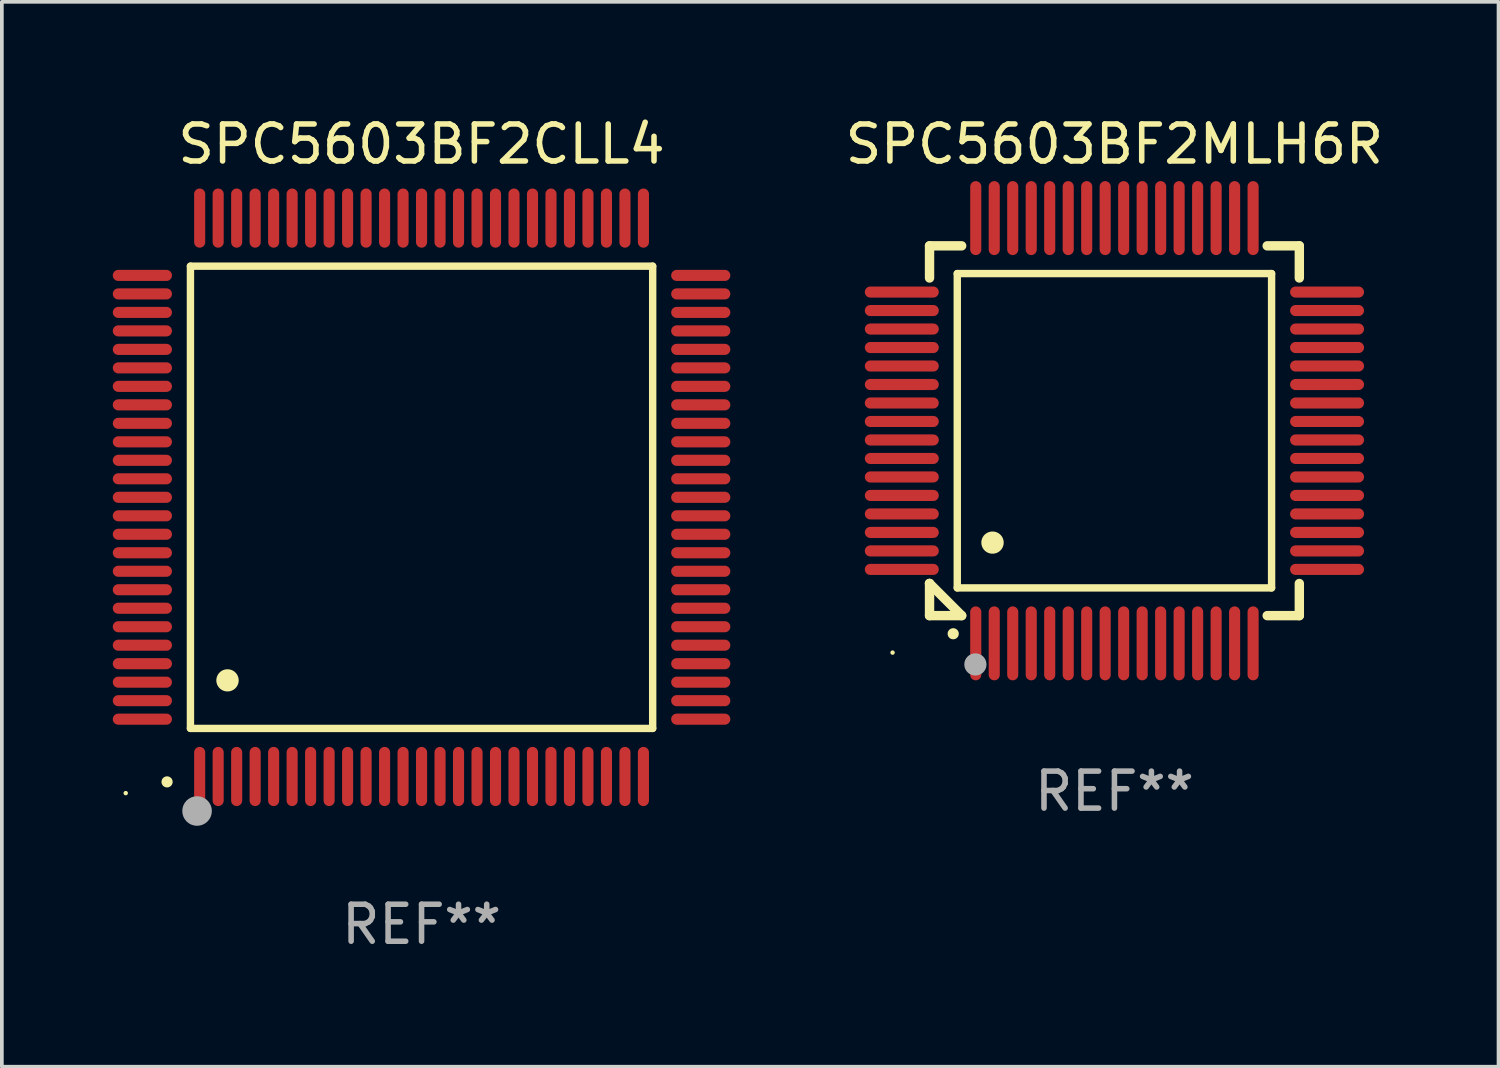
<source format=kicad_pcb>
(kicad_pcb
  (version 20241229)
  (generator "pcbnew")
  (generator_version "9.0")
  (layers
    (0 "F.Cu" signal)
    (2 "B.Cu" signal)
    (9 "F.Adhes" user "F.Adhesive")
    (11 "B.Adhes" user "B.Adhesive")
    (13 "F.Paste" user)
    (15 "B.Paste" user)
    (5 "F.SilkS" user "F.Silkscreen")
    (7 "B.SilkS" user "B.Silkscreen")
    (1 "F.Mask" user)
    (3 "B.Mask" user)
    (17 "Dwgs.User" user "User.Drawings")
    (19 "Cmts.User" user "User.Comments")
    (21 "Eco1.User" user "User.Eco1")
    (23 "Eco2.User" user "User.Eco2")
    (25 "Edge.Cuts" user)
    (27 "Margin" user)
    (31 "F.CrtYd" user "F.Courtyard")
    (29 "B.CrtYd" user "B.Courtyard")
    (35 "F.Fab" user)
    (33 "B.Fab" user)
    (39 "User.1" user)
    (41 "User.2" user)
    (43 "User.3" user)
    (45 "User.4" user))
  (footprint "SPC5603BF2CLL4"
    (layer "F.Cu")
    (at 8.35 10.398)
    (property "Reference" "SPC5603BF2CLL4" (at 0 -9.55 0) (layer "F.SilkS") (effects (font (size 1 1) (thickness 0.15))))
    (attr through_hole)
    (fp_line (start -6.25 -6.25) (end -6.25 6.25) (stroke (width 0.2) (type solid)) (layer "F.SilkS"))
    (fp_line (start -6.25 6.25) (end 6.25 6.25) (stroke (width 0.2) (type solid)) (layer "F.SilkS"))
    (fp_line (start 6.25 -6.25) (end -6.25 -6.25) (stroke (width 0.2) (type solid)) (layer "F.SilkS"))
    (fp_line (start 6.25 6.25) (end 6.25 -6.25) (stroke (width 0.2) (type solid)) (layer "F.SilkS"))
    (fp_arc (start -6.883414 7.696215) (mid -6.882144 7.69621) (end -6.880874 7.696215) (stroke (width 0.3) (type solid)) (layer "F.SilkS"))
    (fp_arc (start -5.250191 4.95047) (mid -5.247651 4.950459) (end -5.245111 4.95047) (stroke (width 0.6) (type solid)) (layer "F.SilkS"))
    (fp_circle (center -8 8) (end -7.97 8) (stroke (width 0.06) (type solid)) (fill no) (layer "F.SilkS"))
    (fp_circle (center -6.071 8.484) (end -5.871 8.484) (stroke (width 0.4) (type solid)) (fill no) (layer "F.Fab"))
    (fp_text user "REF**" (at 0 11.55 0) (layer "F.Fab") (effects (font (size 1 1) (thickness 0.15))))
    (pad "1" smd oval (at -6 7.55) (size 0.3 1.6) (layers "F.Cu" "F.Mask" "F.Paste"))
    (pad "2" smd oval (at -5.5 7.55) (size 0.3 1.6) (layers "F.Cu" "F.Mask" "F.Paste"))
    (pad "3" smd oval (at -5 7.55) (size 0.3 1.6) (layers "F.Cu" "F.Mask" "F.Paste"))
    (pad "4" smd oval (at -4.5 7.55) (size 0.3 1.6) (layers "F.Cu" "F.Mask" "F.Paste"))
    (pad "5" smd oval (at -4 7.55) (size 0.3 1.6) (layers "F.Cu" "F.Mask" "F.Paste"))
    (pad "6" smd oval (at -3.5 7.55) (size 0.3 1.6) (layers "F.Cu" "F.Mask" "F.Paste"))
    (pad "7" smd oval (at -3 7.55) (size 0.3 1.6) (layers "F.Cu" "F.Mask" "F.Paste"))
    (pad "8" smd oval (at -2.5 7.55) (size 0.3 1.6) (layers "F.Cu" "F.Mask" "F.Paste"))
    (pad "9" smd oval (at -2 7.55) (size 0.3 1.6) (layers "F.Cu" "F.Mask" "F.Paste"))
    (pad "10" smd oval (at -1.5 7.55) (size 0.3 1.6) (layers "F.Cu" "F.Mask" "F.Paste"))
    (pad "11" smd oval (at -1 7.55) (size 0.3 1.6) (layers "F.Cu" "F.Mask" "F.Paste"))
    (pad "12" smd oval (at -0.5 7.55) (size 0.3 1.6) (layers "F.Cu" "F.Mask" "F.Paste"))
    (pad "13" smd oval (at 0 7.55) (size 0.3 1.6) (layers "F.Cu" "F.Mask" "F.Paste"))
    (pad "14" smd oval (at 0.5 7.55) (size 0.3 1.6) (layers "F.Cu" "F.Mask" "F.Paste"))
    (pad "15" smd oval (at 1 7.55) (size 0.3 1.6) (layers "F.Cu" "F.Mask" "F.Paste"))
    (pad "16" smd oval (at 1.5 7.55) (size 0.3 1.6) (layers "F.Cu" "F.Mask" "F.Paste"))
    (pad "17" smd oval (at 2 7.55) (size 0.3 1.6) (layers "F.Cu" "F.Mask" "F.Paste"))
    (pad "18" smd oval (at 2.5 7.55) (size 0.3 1.6) (layers "F.Cu" "F.Mask" "F.Paste"))
    (pad "19" smd oval (at 3 7.55) (size 0.3 1.6) (layers "F.Cu" "F.Mask" "F.Paste"))
    (pad "20" smd oval (at 3.5 7.55) (size 0.3 1.6) (layers "F.Cu" "F.Mask" "F.Paste"))
    (pad "21" smd oval (at 4 7.55) (size 0.3 1.6) (layers "F.Cu" "F.Mask" "F.Paste"))
    (pad "22" smd oval (at 4.5 7.55) (size 0.3 1.6) (layers "F.Cu" "F.Mask" "F.Paste"))
    (pad "23" smd oval (at 5 7.55) (size 0.3 1.6) (layers "F.Cu" "F.Mask" "F.Paste"))
    (pad "24" smd oval (at 5.5 7.55) (size 0.3 1.6) (layers "F.Cu" "F.Mask" "F.Paste"))
    (pad "25" smd oval (at 6 7.55) (size 0.3 1.6) (layers "F.Cu" "F.Mask" "F.Paste"))
    (pad "26" smd oval (at 7.55 6) (size 1.6 0.3) (layers "F.Cu" "F.Mask" "F.Paste"))
    (pad "27" smd oval (at 7.55 5.5) (size 1.6 0.3) (layers "F.Cu" "F.Mask" "F.Paste"))
    (pad "28" smd oval (at 7.55 5) (size 1.6 0.3) (layers "F.Cu" "F.Mask" "F.Paste"))
    (pad "29" smd oval (at 7.55 4.5) (size 1.6 0.3) (layers "F.Cu" "F.Mask" "F.Paste"))
    (pad "30" smd oval (at 7.55 4) (size 1.6 0.3) (layers "F.Cu" "F.Mask" "F.Paste"))
    (pad "31" smd oval (at 7.55 3.5) (size 1.6 0.3) (layers "F.Cu" "F.Mask" "F.Paste"))
    (pad "32" smd oval (at 7.55 3) (size 1.6 0.3) (layers "F.Cu" "F.Mask" "F.Paste"))
    (pad "33" smd oval (at 7.55 2.5) (size 1.6 0.3) (layers "F.Cu" "F.Mask" "F.Paste"))
    (pad "34" smd oval (at 7.55 2) (size 1.6 0.3) (layers "F.Cu" "F.Mask" "F.Paste"))
    (pad "35" smd oval (at 7.55 1.5) (size 1.6 0.3) (layers "F.Cu" "F.Mask" "F.Paste"))
    (pad "36" smd oval (at 7.55 1) (size 1.6 0.3) (layers "F.Cu" "F.Mask" "F.Paste"))
    (pad "37" smd oval (at 7.55 0.5) (size 1.6 0.3) (layers "F.Cu" "F.Mask" "F.Paste"))
    (pad "38" smd oval (at 7.55 0) (size 1.6 0.3) (layers "F.Cu" "F.Mask" "F.Paste"))
    (pad "39" smd oval (at 7.55 -0.5) (size 1.6 0.3) (layers "F.Cu" "F.Mask" "F.Paste"))
    (pad "40" smd oval (at 7.55 -1) (size 1.6 0.3) (layers "F.Cu" "F.Mask" "F.Paste"))
    (pad "41" smd oval (at 7.55 -1.5) (size 1.6 0.3) (layers "F.Cu" "F.Mask" "F.Paste"))
    (pad "42" smd oval (at 7.55 -2) (size 1.6 0.3) (layers "F.Cu" "F.Mask" "F.Paste"))
    (pad "43" smd oval (at 7.55 -2.5) (size 1.6 0.3) (layers "F.Cu" "F.Mask" "F.Paste"))
    (pad "44" smd oval (at 7.55 -3) (size 1.6 0.3) (layers "F.Cu" "F.Mask" "F.Paste"))
    (pad "45" smd oval (at 7.55 -3.5) (size 1.6 0.3) (layers "F.Cu" "F.Mask" "F.Paste"))
    (pad "46" smd oval (at 7.55 -4) (size 1.6 0.3) (layers "F.Cu" "F.Mask" "F.Paste"))
    (pad "47" smd oval (at 7.55 -4.5) (size 1.6 0.3) (layers "F.Cu" "F.Mask" "F.Paste"))
    (pad "48" smd oval (at 7.55 -5) (size 1.6 0.3) (layers "F.Cu" "F.Mask" "F.Paste"))
    (pad "49" smd oval (at 7.55 -5.5) (size 1.6 0.3) (layers "F.Cu" "F.Mask" "F.Paste"))
    (pad "50" smd oval (at 7.55 -6) (size 1.6 0.3) (layers "F.Cu" "F.Mask" "F.Paste"))
    (pad "51" smd oval (at 6 -7.55) (size 0.3 1.6) (layers "F.Cu" "F.Mask" "F.Paste"))
    (pad "52" smd oval (at 5.5 -7.55) (size 0.3 1.6) (layers "F.Cu" "F.Mask" "F.Paste"))
    (pad "53" smd oval (at 5 -7.55) (size 0.3 1.6) (layers "F.Cu" "F.Mask" "F.Paste"))
    (pad "54" smd oval (at 4.5 -7.55) (size 0.3 1.6) (layers "F.Cu" "F.Mask" "F.Paste"))
    (pad "55" smd oval (at 4 -7.55) (size 0.3 1.6) (layers "F.Cu" "F.Mask" "F.Paste"))
    (pad "56" smd oval (at 3.5 -7.55) (size 0.3 1.6) (layers "F.Cu" "F.Mask" "F.Paste"))
    (pad "57" smd oval (at 3 -7.55) (size 0.3 1.6) (layers "F.Cu" "F.Mask" "F.Paste"))
    (pad "58" smd oval (at 2.5 -7.55) (size 0.3 1.6) (layers "F.Cu" "F.Mask" "F.Paste"))
    (pad "59" smd oval (at 2 -7.55) (size 0.3 1.6) (layers "F.Cu" "F.Mask" "F.Paste"))
    (pad "60" smd oval (at 1.5 -7.55) (size 0.3 1.6) (layers "F.Cu" "F.Mask" "F.Paste"))
    (pad "61" smd oval (at 1 -7.55) (size 0.3 1.6) (layers "F.Cu" "F.Mask" "F.Paste"))
    (pad "62" smd oval (at 0.5 -7.55) (size 0.3 1.6) (layers "F.Cu" "F.Mask" "F.Paste"))
    (pad "63" smd oval (at 0 -7.55) (size 0.3 1.6) (layers "F.Cu" "F.Mask" "F.Paste"))
    (pad "64" smd oval (at -0.5 -7.55) (size 0.3 1.6) (layers "F.Cu" "F.Mask" "F.Paste"))
    (pad "65" smd oval (at -1 -7.55) (size 0.3 1.6) (layers "F.Cu" "F.Mask" "F.Paste"))
    (pad "66" smd oval (at -1.5 -7.55) (size 0.3 1.6) (layers "F.Cu" "F.Mask" "F.Paste"))
    (pad "67" smd oval (at -2 -7.55) (size 0.3 1.6) (layers "F.Cu" "F.Mask" "F.Paste"))
    (pad "68" smd oval (at -2.5 -7.55) (size 0.3 1.6) (layers "F.Cu" "F.Mask" "F.Paste"))
    (pad "69" smd oval (at -3 -7.55) (size 0.3 1.6) (layers "F.Cu" "F.Mask" "F.Paste"))
    (pad "70" smd oval (at -3.5 -7.55) (size 0.3 1.6) (layers "F.Cu" "F.Mask" "F.Paste"))
    (pad "71" smd oval (at -4 -7.55) (size 0.3 1.6) (layers "F.Cu" "F.Mask" "F.Paste"))
    (pad "72" smd oval (at -4.5 -7.55) (size 0.3 1.6) (layers "F.Cu" "F.Mask" "F.Paste"))
    (pad "73" smd oval (at -5 -7.55) (size 0.3 1.6) (layers "F.Cu" "F.Mask" "F.Paste"))
    (pad "74" smd oval (at -5.5 -7.55) (size 0.3 1.6) (layers "F.Cu" "F.Mask" "F.Paste"))
    (pad "75" smd oval (at -6 -7.55) (size 0.3 1.6) (layers "F.Cu" "F.Mask" "F.Paste"))
    (pad "76" smd oval (at -7.55 -6) (size 1.6 0.3) (layers "F.Cu" "F.Mask" "F.Paste"))
    (pad "77" smd oval (at -7.55 -5.5) (size 1.6 0.3) (layers "F.Cu" "F.Mask" "F.Paste"))
    (pad "78" smd oval (at -7.55 -5) (size 1.6 0.3) (layers "F.Cu" "F.Mask" "F.Paste"))
    (pad "79" smd oval (at -7.55 -4.5) (size 1.6 0.3) (layers "F.Cu" "F.Mask" "F.Paste"))
    (pad "80" smd oval (at -7.55 -4) (size 1.6 0.3) (layers "F.Cu" "F.Mask" "F.Paste"))
    (pad "81" smd oval (at -7.55 -3.5) (size 1.6 0.3) (layers "F.Cu" "F.Mask" "F.Paste"))
    (pad "82" smd oval (at -7.55 -3) (size 1.6 0.3) (layers "F.Cu" "F.Mask" "F.Paste"))
    (pad "83" smd oval (at -7.55 -2.5) (size 1.6 0.3) (layers "F.Cu" "F.Mask" "F.Paste"))
    (pad "84" smd oval (at -7.55 -2) (size 1.6 0.3) (layers "F.Cu" "F.Mask" "F.Paste"))
    (pad "85" smd oval (at -7.55 -1.5) (size 1.6 0.3) (layers "F.Cu" "F.Mask" "F.Paste"))
    (pad "86" smd oval (at -7.55 -1) (size 1.6 0.3) (layers "F.Cu" "F.Mask" "F.Paste"))
    (pad "87" smd oval (at -7.55 -0.5) (size 1.6 0.3) (layers "F.Cu" "F.Mask" "F.Paste"))
    (pad "88" smd oval (at -7.55 0) (size 1.6 0.3) (layers "F.Cu" "F.Mask" "F.Paste"))
    (pad "89" smd oval (at -7.55 0.5) (size 1.6 0.3) (layers "F.Cu" "F.Mask" "F.Paste"))
    (pad "90" smd oval (at -7.55 1) (size 1.6 0.3) (layers "F.Cu" "F.Mask" "F.Paste"))
    (pad "91" smd oval (at -7.55 1.5) (size 1.6 0.3) (layers "F.Cu" "F.Mask" "F.Paste"))
    (pad "92" smd oval (at -7.55 2) (size 1.6 0.3) (layers "F.Cu" "F.Mask" "F.Paste"))
    (pad "93" smd oval (at -7.55 2.5) (size 1.6 0.3) (layers "F.Cu" "F.Mask" "F.Paste"))
    (pad "94" smd oval (at -7.55 3) (size 1.6 0.3) (layers "F.Cu" "F.Mask" "F.Paste"))
    (pad "95" smd oval (at -7.55 3.5) (size 1.6 0.3) (layers "F.Cu" "F.Mask" "F.Paste"))
    (pad "96" smd oval (at -7.55 4) (size 1.6 0.3) (layers "F.Cu" "F.Mask" "F.Paste"))
    (pad "97" smd oval (at -7.55 4.5) (size 1.6 0.3) (layers "F.Cu" "F.Mask" "F.Paste"))
    (pad "98" smd oval (at -7.55 5) (size 1.6 0.3) (layers "F.Cu" "F.Mask" "F.Paste"))
    (pad "99" smd oval (at -7.55 5.5) (size 1.6 0.3) (layers "F.Cu" "F.Mask" "F.Paste"))
    (pad "100" smd oval (at -7.55 6) (size 1.6 0.3) (layers "F.Cu" "F.Mask" "F.Paste")))
  (footprint "SPC5603BF2MLH6R"
    (layer "F.Cu")
    (at 27.087 8.598)
    (property "Reference" "SPC5603BF2MLH6R" (at 0 -7.75 0) (layer "F.SilkS") (effects (font (size 1 1) (thickness 0.15))))
    (attr through_hole)
    (fp_line (start -5 -5) (end -4.131 -5) (stroke (width 0.254) (type solid)) (layer "F.SilkS"))
    (fp_line (start -5 -4.131) (end -5 -5) (stroke (width 0.254) (type solid)) (layer "F.SilkS"))
    (fp_line (start -5 4.131) (end -5 4.131) (stroke (width 0.254) (type solid)) (layer "F.SilkS"))
    (fp_line (start -5 5) (end -5 4.131) (stroke (width 0.254) (type solid)) (layer "F.SilkS"))
    (fp_line (start -5 4.131) (end -4.131 5) (stroke (width 0.254) (type solid)) (layer "F.SilkS"))
    (fp_line (start -4.25 -4.25) (end -4.25 4.25) (stroke (width 0.2) (type solid)) (layer "F.SilkS"))
    (fp_line (start -4.25 4.25) (end 4.25 4.25) (stroke (width 0.2) (type solid)) (layer "F.SilkS"))
    (fp_line (start -4.131 5) (end -5 5) (stroke (width 0.254) (type solid)) (layer "F.SilkS"))
    (fp_line (start 4.25 -4.25) (end -4.25 -4.25) (stroke (width 0.2) (type solid)) (layer "F.SilkS"))
    (fp_line (start 4.25 4.25) (end 4.25 -4.25) (stroke (width 0.2) (type solid)) (layer "F.SilkS"))
    (fp_line (start 5 -5) (end 4.131 -5) (stroke (width 0.254) (type solid)) (layer "F.SilkS"))
    (fp_line (start 5 -5) (end 5 -4.131) (stroke (width 0.254) (type solid)) (layer "F.SilkS"))
    (fp_line (start 5 4.131) (end 5 5) (stroke (width 0.254) (type solid)) (layer "F.SilkS"))
    (fp_line (start 5 5) (end 4.131 5) (stroke (width 0.254) (type solid)) (layer "F.SilkS"))
    (fp_arc (start -4.361265 5.489992) (mid -4.359995 5.489987) (end -4.358725 5.489992) (stroke (width 0.3) (type solid)) (layer "F.SilkS"))
    (fp_arc (start -3.299467 3.025146) (mid -3.296927 3.025135) (end -3.294387 3.025146) (stroke (width 0.6) (type solid)) (layer "F.SilkS"))
    (fp_circle (center -6 6) (end -5.97 6) (stroke (width 0.06) (type solid)) (fill no) (layer "F.SilkS"))
    (fp_circle (center -3.76 6.32) (end -3.61 6.32) (stroke (width 0.3) (type solid)) (fill no) (layer "F.Fab"))
    (fp_text user "REF**" (at 0 9.75 0) (layer "F.Fab") (effects (font (size 1 1) (thickness 0.15))))
    (pad "1" smd oval (at -3.75 5.75) (size 0.3 2) (layers "F.Cu" "F.Mask" "F.Paste"))
    (pad "2" smd oval (at -3.25 5.75) (size 0.3 2) (layers "F.Cu" "F.Mask" "F.Paste"))
    (pad "3" smd oval (at -2.75 5.75) (size 0.3 2) (layers "F.Cu" "F.Mask" "F.Paste"))
    (pad "4" smd oval (at -2.25 5.75) (size 0.3 2) (layers "F.Cu" "F.Mask" "F.Paste"))
    (pad "5" smd oval (at -1.75 5.75) (size 0.3 2) (layers "F.Cu" "F.Mask" "F.Paste"))
    (pad "6" smd oval (at -1.25 5.75) (size 0.3 2) (layers "F.Cu" "F.Mask" "F.Paste"))
    (pad "7" smd oval (at -0.75 5.75) (size 0.3 2) (layers "F.Cu" "F.Mask" "F.Paste"))
    (pad "8" smd oval (at -0.25 5.75) (size 0.3 2) (layers "F.Cu" "F.Mask" "F.Paste"))
    (pad "9" smd oval (at 0.25 5.75) (size 0.3 2) (layers "F.Cu" "F.Mask" "F.Paste"))
    (pad "10" smd oval (at 0.75 5.75) (size 0.3 2) (layers "F.Cu" "F.Mask" "F.Paste"))
    (pad "11" smd oval (at 1.25 5.75) (size 0.3 2) (layers "F.Cu" "F.Mask" "F.Paste"))
    (pad "12" smd oval (at 1.75 5.75) (size 0.3 2) (layers "F.Cu" "F.Mask" "F.Paste"))
    (pad "13" smd oval (at 2.25 5.75) (size 0.3 2) (layers "F.Cu" "F.Mask" "F.Paste"))
    (pad "14" smd oval (at 2.75 5.75) (size 0.3 2) (layers "F.Cu" "F.Mask" "F.Paste"))
    (pad "15" smd oval (at 3.25 5.75) (size 0.3 2) (layers "F.Cu" "F.Mask" "F.Paste"))
    (pad "16" smd oval (at 3.75 5.75) (size 0.3 2) (layers "F.Cu" "F.Mask" "F.Paste"))
    (pad "17" smd oval (at 5.75 3.75) (size 2 0.3) (layers "F.Cu" "F.Mask" "F.Paste"))
    (pad "18" smd oval (at 5.75 3.25) (size 2 0.3) (layers "F.Cu" "F.Mask" "F.Paste"))
    (pad "19" smd oval (at 5.75 2.75) (size 2 0.3) (layers "F.Cu" "F.Mask" "F.Paste"))
    (pad "20" smd oval (at 5.75 2.25) (size 2 0.3) (layers "F.Cu" "F.Mask" "F.Paste"))
    (pad "21" smd oval (at 5.75 1.75) (size 2 0.3) (layers "F.Cu" "F.Mask" "F.Paste"))
    (pad "22" smd oval (at 5.75 1.25) (size 2 0.3) (layers "F.Cu" "F.Mask" "F.Paste"))
    (pad "23" smd oval (at 5.75 0.75) (size 2 0.3) (layers "F.Cu" "F.Mask" "F.Paste"))
    (pad "24" smd oval (at 5.75 0.25) (size 2 0.3) (layers "F.Cu" "F.Mask" "F.Paste"))
    (pad "25" smd oval (at 5.75 -0.25) (size 2 0.3) (layers "F.Cu" "F.Mask" "F.Paste"))
    (pad "26" smd oval (at 5.75 -0.75) (size 2 0.3) (layers "F.Cu" "F.Mask" "F.Paste"))
    (pad "27" smd oval (at 5.75 -1.25) (size 2 0.3) (layers "F.Cu" "F.Mask" "F.Paste"))
    (pad "28" smd oval (at 5.75 -1.75) (size 2 0.3) (layers "F.Cu" "F.Mask" "F.Paste"))
    (pad "29" smd oval (at 5.75 -2.25) (size 2 0.3) (layers "F.Cu" "F.Mask" "F.Paste"))
    (pad "30" smd oval (at 5.75 -2.75) (size 2 0.3) (layers "F.Cu" "F.Mask" "F.Paste"))
    (pad "31" smd oval (at 5.75 -3.25) (size 2 0.3) (layers "F.Cu" "F.Mask" "F.Paste"))
    (pad "32" smd oval (at 5.75 -3.75) (size 2 0.3) (layers "F.Cu" "F.Mask" "F.Paste"))
    (pad "33" smd oval (at 3.75 -5.75) (size 0.3 2) (layers "F.Cu" "F.Mask" "F.Paste"))
    (pad "34" smd oval (at 3.25 -5.75) (size 0.3 2) (layers "F.Cu" "F.Mask" "F.Paste"))
    (pad "35" smd oval (at 2.75 -5.75) (size 0.3 2) (layers "F.Cu" "F.Mask" "F.Paste"))
    (pad "36" smd oval (at 2.25 -5.75) (size 0.3 2) (layers "F.Cu" "F.Mask" "F.Paste"))
    (pad "37" smd oval (at 1.75 -5.75) (size 0.3 2) (layers "F.Cu" "F.Mask" "F.Paste"))
    (pad "38" smd oval (at 1.25 -5.75) (size 0.3 2) (layers "F.Cu" "F.Mask" "F.Paste"))
    (pad "39" smd oval (at 0.75 -5.75) (size 0.3 2) (layers "F.Cu" "F.Mask" "F.Paste"))
    (pad "40" smd oval (at 0.25 -5.75) (size 0.3 2) (layers "F.Cu" "F.Mask" "F.Paste"))
    (pad "41" smd oval (at -0.25 -5.75) (size 0.3 2) (layers "F.Cu" "F.Mask" "F.Paste"))
    (pad "42" smd oval (at -0.75 -5.75) (size 0.3 2) (layers "F.Cu" "F.Mask" "F.Paste"))
    (pad "43" smd oval (at -1.25 -5.75) (size 0.3 2) (layers "F.Cu" "F.Mask" "F.Paste"))
    (pad "44" smd oval (at -1.75 -5.75) (size 0.3 2) (layers "F.Cu" "F.Mask" "F.Paste"))
    (pad "45" smd oval (at -2.25 -5.75) (size 0.3 2) (layers "F.Cu" "F.Mask" "F.Paste"))
    (pad "46" smd oval (at -2.75 -5.75) (size 0.3 2) (layers "F.Cu" "F.Mask" "F.Paste"))
    (pad "47" smd oval (at -3.25 -5.75) (size 0.3 2) (layers "F.Cu" "F.Mask" "F.Paste"))
    (pad "48" smd oval (at -3.75 -5.75) (size 0.3 2) (layers "F.Cu" "F.Mask" "F.Paste"))
    (pad "49" smd oval (at -5.75 -3.75) (size 2 0.3) (layers "F.Cu" "F.Mask" "F.Paste"))
    (pad "50" smd oval (at -5.75 -3.25) (size 2 0.3) (layers "F.Cu" "F.Mask" "F.Paste"))
    (pad "51" smd oval (at -5.75 -2.75) (size 2 0.3) (layers "F.Cu" "F.Mask" "F.Paste"))
    (pad "52" smd oval (at -5.75 -2.25) (size 2 0.3) (layers "F.Cu" "F.Mask" "F.Paste"))
    (pad "53" smd oval (at -5.75 -1.75) (size 2 0.3) (layers "F.Cu" "F.Mask" "F.Paste"))
    (pad "54" smd oval (at -5.75 -1.25) (size 2 0.3) (layers "F.Cu" "F.Mask" "F.Paste"))
    (pad "55" smd oval (at -5.75 -0.75) (size 2 0.3) (layers "F.Cu" "F.Mask" "F.Paste"))
    (pad "56" smd oval (at -5.75 -0.25) (size 2 0.3) (layers "F.Cu" "F.Mask" "F.Paste"))
    (pad "57" smd oval (at -5.75 0.25) (size 2 0.3) (layers "F.Cu" "F.Mask" "F.Paste"))
    (pad "58" smd oval (at -5.75 0.75) (size 2 0.3) (layers "F.Cu" "F.Mask" "F.Paste"))
    (pad "59" smd oval (at -5.75 1.25) (size 2 0.3) (layers "F.Cu" "F.Mask" "F.Paste"))
    (pad "60" smd oval (at -5.75 1.75) (size 2 0.3) (layers "F.Cu" "F.Mask" "F.Paste"))
    (pad "61" smd oval (at -5.75 2.25) (size 2 0.3) (layers "F.Cu" "F.Mask" "F.Paste"))
    (pad "62" smd oval (at -5.75 2.75) (size 2 0.3) (layers "F.Cu" "F.Mask" "F.Paste"))
    (pad "63" smd oval (at -5.75 3.25) (size 2 0.3) (layers "F.Cu" "F.Mask" "F.Paste"))
    (pad "64" smd oval (at -5.75 3.75) (size 2 0.3) (layers "F.Cu" "F.Mask" "F.Paste")))
  (gr_rect
    (start -3 -3)
    (end 37.474 25.796)
    (stroke (width 0.1) (type default))
    (fill no)
    (layer "Edge.Cuts")))
</source>
